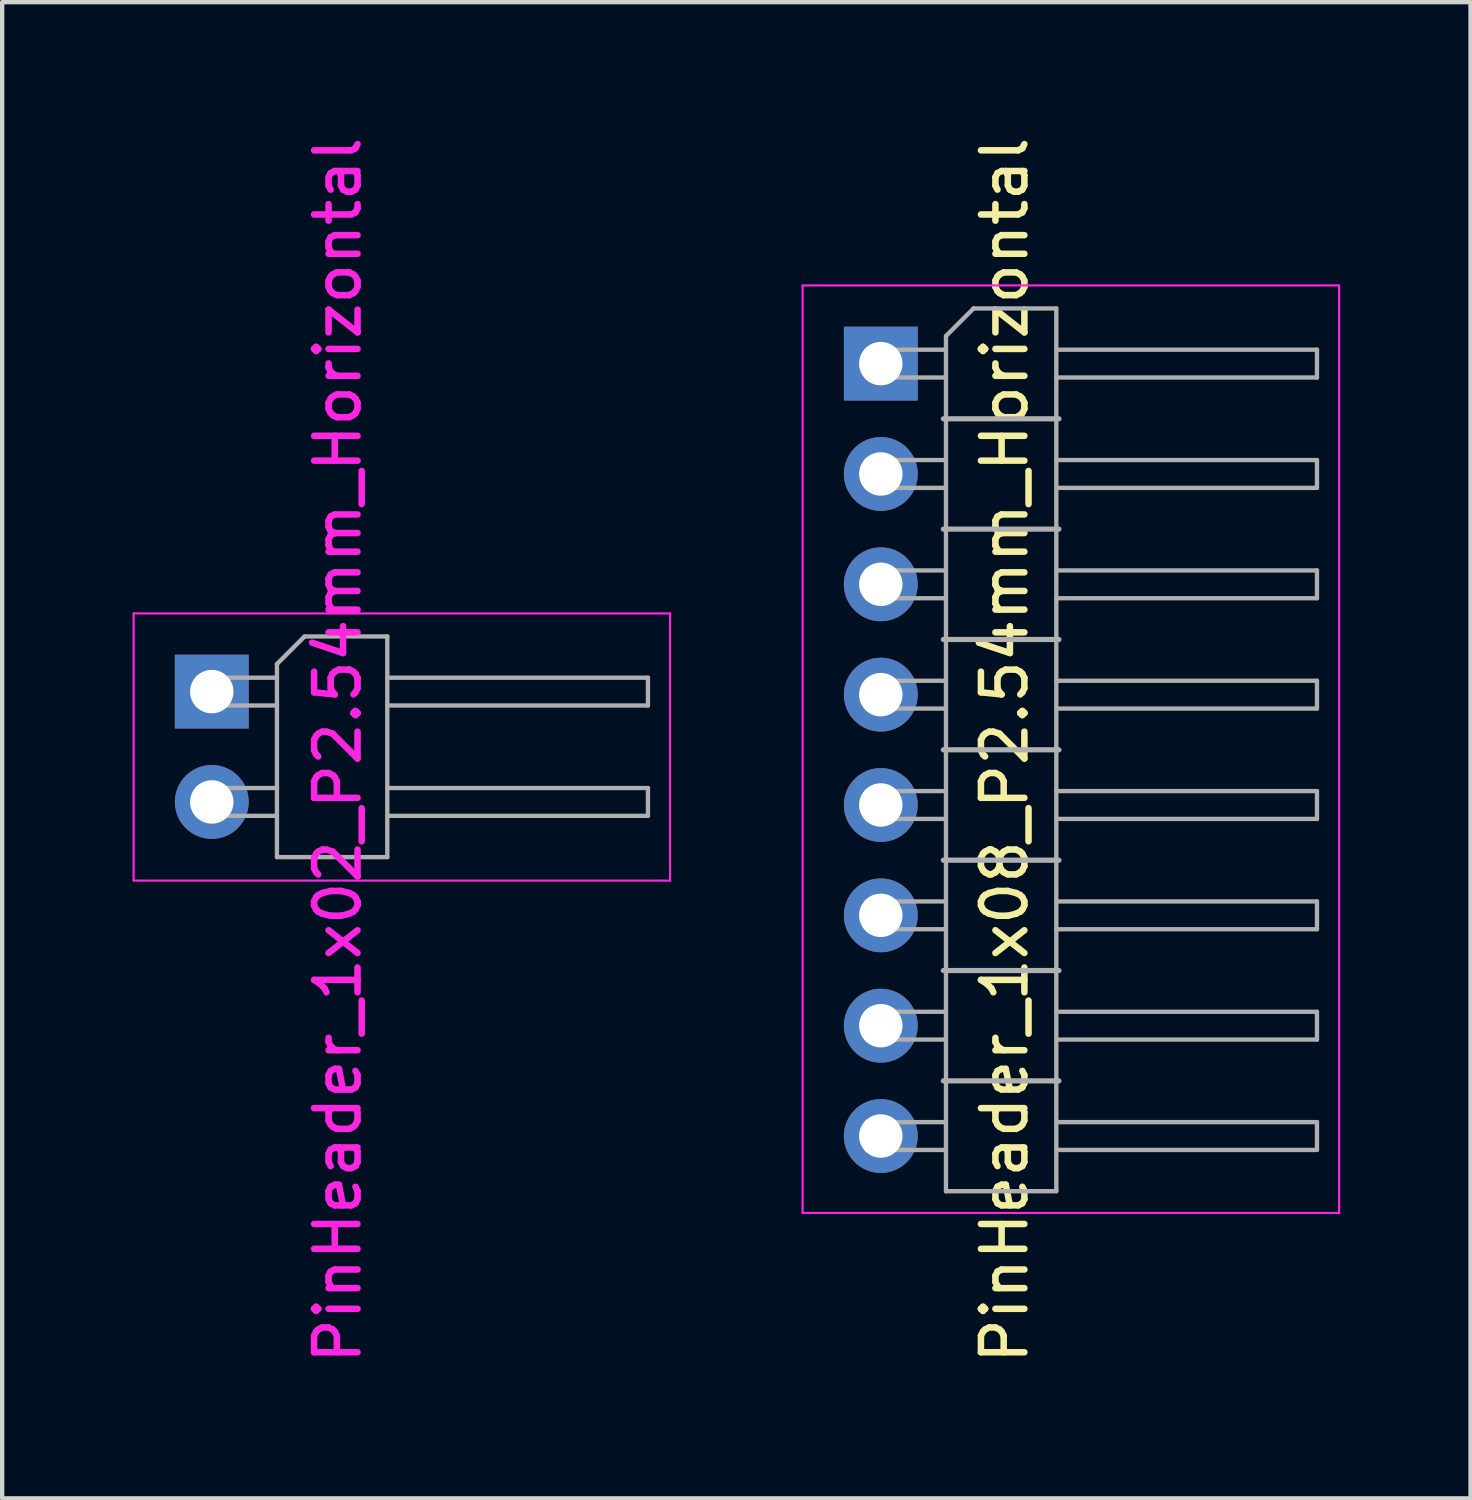
<source format=kicad_pcb>
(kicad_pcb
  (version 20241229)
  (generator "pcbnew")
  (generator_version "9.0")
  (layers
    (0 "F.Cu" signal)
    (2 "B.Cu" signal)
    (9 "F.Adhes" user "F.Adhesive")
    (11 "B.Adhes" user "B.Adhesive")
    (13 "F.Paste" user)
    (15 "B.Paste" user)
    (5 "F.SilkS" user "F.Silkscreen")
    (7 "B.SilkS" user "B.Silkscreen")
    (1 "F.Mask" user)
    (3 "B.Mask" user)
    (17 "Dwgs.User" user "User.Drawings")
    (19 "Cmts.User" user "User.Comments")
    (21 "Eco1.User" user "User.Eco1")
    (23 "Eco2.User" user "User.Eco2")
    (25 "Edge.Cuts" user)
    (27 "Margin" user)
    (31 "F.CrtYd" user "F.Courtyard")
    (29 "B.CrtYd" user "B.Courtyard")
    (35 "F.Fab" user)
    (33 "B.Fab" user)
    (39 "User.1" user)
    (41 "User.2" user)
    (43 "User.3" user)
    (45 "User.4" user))
  (footprint "PinHeader_1x02_P2.54mm_Horizontal"
    (layer "F.Cu")
    (at 1.825 12.87)
    (property "Reference" "PinHeader_1x02_P2.54mm_Horizontal" (at 2.9 1.35 90) (layer "F.CrtYd") (effects (font (size 1 1) (thickness 0.15))))
    (attr through_hole)
    (fp_line (start -1.8 -1.8) (end -1.8 4.35) (stroke (width 0.05) (type solid)) (layer "F.CrtYd"))
    (fp_line (start -1.8 4.35) (end 10.55 4.35) (stroke (width 0.05) (type solid)) (layer "F.CrtYd"))
    (fp_line (start 10.55 -1.8) (end -1.8 -1.8) (stroke (width 0.05) (type solid)) (layer "F.CrtYd"))
    (fp_line (start 10.55 4.35) (end 10.55 -1.8) (stroke (width 0.05) (type solid)) (layer "F.CrtYd"))
    (fp_line (start -0.32 -0.32) (end -0.32 0.32) (stroke (width 0.1) (type solid)) (layer "F.Fab"))
    (fp_line (start -0.32 -0.32) (end 1.5 -0.32) (stroke (width 0.1) (type solid)) (layer "F.Fab"))
    (fp_line (start -0.32 0.32) (end 1.5 0.32) (stroke (width 0.1) (type solid)) (layer "F.Fab"))
    (fp_line (start -0.32 2.22) (end -0.32 2.86) (stroke (width 0.1) (type solid)) (layer "F.Fab"))
    (fp_line (start -0.32 2.22) (end 1.5 2.22) (stroke (width 0.1) (type solid)) (layer "F.Fab"))
    (fp_line (start -0.32 2.86) (end 1.5 2.86) (stroke (width 0.1) (type solid)) (layer "F.Fab"))
    (fp_line (start 1.5 -0.635) (end 2.135 -1.27) (stroke (width 0.1) (type solid)) (layer "F.Fab"))
    (fp_line (start 1.5 3.81) (end 1.5 -0.635) (stroke (width 0.1) (type solid)) (layer "F.Fab"))
    (fp_line (start 2.135 -1.27) (end 4.04 -1.27) (stroke (width 0.1) (type solid)) (layer "F.Fab"))
    (fp_line (start 4.04 -1.27) (end 4.04 3.81) (stroke (width 0.1) (type solid)) (layer "F.Fab"))
    (fp_line (start 4.04 -0.32) (end 10.04 -0.32) (stroke (width 0.1) (type solid)) (layer "F.Fab"))
    (fp_line (start 4.04 0.32) (end 10.04 0.32) (stroke (width 0.1) (type solid)) (layer "F.Fab"))
    (fp_line (start 4.04 2.22) (end 10.04 2.22) (stroke (width 0.1) (type solid)) (layer "F.Fab"))
    (fp_line (start 4.04 2.86) (end 10.04 2.86) (stroke (width 0.1) (type solid)) (layer "F.Fab"))
    (fp_line (start 4.04 3.81) (end 1.5 3.81) (stroke (width 0.1) (type solid)) (layer "F.Fab"))
    (fp_line (start 10.04 -0.32) (end 10.04 0.32) (stroke (width 0.1) (type solid)) (layer "F.Fab"))
    (fp_line (start 10.04 2.22) (end 10.04 2.86) (stroke (width 0.1) (type solid)) (layer "F.Fab"))
    (pad "1" thru_hole rect (at 0 0) (size 1.7 1.7) (drill 1) (layers "*.Cu" "*.Mask"))
    (pad "2" thru_hole oval (at 0 2.54) (size 1.7 1.7) (drill 1) (layers "*.Cu" "*.Mask")))
  (footprint "PinHeader_1x08_P2.54mm_Horizontal"
    (layer "F.Cu")
    (at 17.225 5.32)
    (property "Reference" "PinHeader_1x08_P2.54mm_Horizontal" (at 2.85 8.9 90) (layer "F.SilkS") (effects (font (size 1 1) (thickness 0.15))))
    (attr through_hole)
    (fp_line (start -1.8 -1.8) (end -1.8 19.55) (stroke (width 0.05) (type solid)) (layer "F.CrtYd"))
    (fp_line (start -1.8 19.55) (end 10.55 19.55) (stroke (width 0.05) (type solid)) (layer "F.CrtYd"))
    (fp_line (start 10.55 -1.8) (end -1.8 -1.8) (stroke (width 0.05) (type solid)) (layer "F.CrtYd"))
    (fp_line (start 10.55 19.55) (end 10.55 -1.8) (stroke (width 0.05) (type solid)) (layer "F.CrtYd"))
    (fp_line (start -0.32 -0.32) (end -0.32 0.32) (stroke (width 0.1) (type solid)) (layer "F.Fab"))
    (fp_line (start -0.32 -0.32) (end 1.5 -0.32) (stroke (width 0.1) (type solid)) (layer "F.Fab"))
    (fp_line (start -0.32 0.32) (end 1.5 0.32) (stroke (width 0.1) (type solid)) (layer "F.Fab"))
    (fp_line (start -0.32 2.22) (end -0.32 2.86) (stroke (width 0.1) (type solid)) (layer "F.Fab"))
    (fp_line (start -0.32 2.22) (end 1.5 2.22) (stroke (width 0.1) (type solid)) (layer "F.Fab"))
    (fp_line (start -0.32 2.86) (end 1.5 2.86) (stroke (width 0.1) (type solid)) (layer "F.Fab"))
    (fp_line (start -0.32 4.76) (end -0.32 5.4) (stroke (width 0.1) (type solid)) (layer "F.Fab"))
    (fp_line (start -0.32 4.76) (end 1.5 4.76) (stroke (width 0.1) (type solid)) (layer "F.Fab"))
    (fp_line (start -0.32 5.4) (end 1.5 5.4) (stroke (width 0.1) (type solid)) (layer "F.Fab"))
    (fp_line (start -0.32 7.3) (end -0.32 7.94) (stroke (width 0.1) (type solid)) (layer "F.Fab"))
    (fp_line (start -0.32 7.3) (end 1.5 7.3) (stroke (width 0.1) (type solid)) (layer "F.Fab"))
    (fp_line (start -0.32 7.94) (end 1.5 7.94) (stroke (width 0.1) (type solid)) (layer "F.Fab"))
    (fp_line (start -0.32 9.84) (end -0.32 10.48) (stroke (width 0.1) (type solid)) (layer "F.Fab"))
    (fp_line (start -0.32 9.84) (end 1.5 9.84) (stroke (width 0.1) (type solid)) (layer "F.Fab"))
    (fp_line (start -0.32 10.48) (end 1.5 10.48) (stroke (width 0.1) (type solid)) (layer "F.Fab"))
    (fp_line (start -0.32 12.38) (end -0.32 13.02) (stroke (width 0.1) (type solid)) (layer "F.Fab"))
    (fp_line (start -0.32 12.38) (end 1.5 12.38) (stroke (width 0.1) (type solid)) (layer "F.Fab"))
    (fp_line (start -0.32 13.02) (end 1.5 13.02) (stroke (width 0.1) (type solid)) (layer "F.Fab"))
    (fp_line (start -0.32 14.92) (end -0.32 15.56) (stroke (width 0.1) (type solid)) (layer "F.Fab"))
    (fp_line (start -0.32 14.92) (end 1.5 14.92) (stroke (width 0.1) (type solid)) (layer "F.Fab"))
    (fp_line (start -0.32 15.56) (end 1.5 15.56) (stroke (width 0.1) (type solid)) (layer "F.Fab"))
    (fp_line (start -0.32 17.46) (end -0.32 18.1) (stroke (width 0.1) (type solid)) (layer "F.Fab"))
    (fp_line (start -0.32 17.46) (end 1.5 17.46) (stroke (width 0.1) (type solid)) (layer "F.Fab"))
    (fp_line (start -0.32 18.1) (end 1.5 18.1) (stroke (width 0.1) (type solid)) (layer "F.Fab"))
    (fp_line (start 1.44 1.27) (end 4.1 1.27) (stroke (width 0.12) (type solid)) (layer "F.Fab"))
    (fp_line (start 1.44 3.81) (end 4.1 3.81) (stroke (width 0.12) (type solid)) (layer "F.Fab"))
    (fp_line (start 1.44 6.35) (end 4.1 6.35) (stroke (width 0.12) (type solid)) (layer "F.Fab"))
    (fp_line (start 1.44 8.89) (end 4.1 8.89) (stroke (width 0.12) (type solid)) (layer "F.Fab"))
    (fp_line (start 1.44 11.43) (end 4.1 11.43) (stroke (width 0.12) (type solid)) (layer "F.Fab"))
    (fp_line (start 1.44 13.97) (end 4.1 13.97) (stroke (width 0.12) (type solid)) (layer "F.Fab"))
    (fp_line (start 1.44 16.51) (end 4.1 16.51) (stroke (width 0.12) (type solid)) (layer "F.Fab"))
    (fp_line (start 1.5 -0.635) (end 2.135 -1.27) (stroke (width 0.1) (type solid)) (layer "F.Fab"))
    (fp_line (start 1.5 19.05) (end 1.5 -0.635) (stroke (width 0.1) (type solid)) (layer "F.Fab"))
    (fp_line (start 2.135 -1.27) (end 4.04 -1.27) (stroke (width 0.1) (type solid)) (layer "F.Fab"))
    (fp_line (start 4.04 -1.27) (end 4.04 19.05) (stroke (width 0.1) (type solid)) (layer "F.Fab"))
    (fp_line (start 4.04 -0.32) (end 10.04 -0.32) (stroke (width 0.1) (type solid)) (layer "F.Fab"))
    (fp_line (start 4.04 0.32) (end 10.04 0.32) (stroke (width 0.1) (type solid)) (layer "F.Fab"))
    (fp_line (start 4.04 2.22) (end 10.04 2.22) (stroke (width 0.1) (type solid)) (layer "F.Fab"))
    (fp_line (start 4.04 2.86) (end 10.04 2.86) (stroke (width 0.1) (type solid)) (layer "F.Fab"))
    (fp_line (start 4.04 4.76) (end 10.04 4.76) (stroke (width 0.1) (type solid)) (layer "F.Fab"))
    (fp_line (start 4.04 5.4) (end 10.04 5.4) (stroke (width 0.1) (type solid)) (layer "F.Fab"))
    (fp_line (start 4.04 7.3) (end 10.04 7.3) (stroke (width 0.1) (type solid)) (layer "F.Fab"))
    (fp_line (start 4.04 7.94) (end 10.04 7.94) (stroke (width 0.1) (type solid)) (layer "F.Fab"))
    (fp_line (start 4.04 9.84) (end 10.04 9.84) (stroke (width 0.1) (type solid)) (layer "F.Fab"))
    (fp_line (start 4.04 10.48) (end 10.04 10.48) (stroke (width 0.1) (type solid)) (layer "F.Fab"))
    (fp_line (start 4.04 12.38) (end 10.04 12.38) (stroke (width 0.1) (type solid)) (layer "F.Fab"))
    (fp_line (start 4.04 13.02) (end 10.04 13.02) (stroke (width 0.1) (type solid)) (layer "F.Fab"))
    (fp_line (start 4.04 14.92) (end 10.04 14.92) (stroke (width 0.1) (type solid)) (layer "F.Fab"))
    (fp_line (start 4.04 15.56) (end 10.04 15.56) (stroke (width 0.1) (type solid)) (layer "F.Fab"))
    (fp_line (start 4.04 17.46) (end 10.04 17.46) (stroke (width 0.1) (type solid)) (layer "F.Fab"))
    (fp_line (start 4.04 18.1) (end 10.04 18.1) (stroke (width 0.1) (type solid)) (layer "F.Fab"))
    (fp_line (start 4.04 19.05) (end 1.5 19.05) (stroke (width 0.1) (type solid)) (layer "F.Fab"))
    (fp_line (start 10.04 -0.32) (end 10.04 0.32) (stroke (width 0.1) (type solid)) (layer "F.Fab"))
    (fp_line (start 10.04 2.22) (end 10.04 2.86) (stroke (width 0.1) (type solid)) (layer "F.Fab"))
    (fp_line (start 10.04 4.76) (end 10.04 5.4) (stroke (width 0.1) (type solid)) (layer "F.Fab"))
    (fp_line (start 10.04 7.3) (end 10.04 7.94) (stroke (width 0.1) (type solid)) (layer "F.Fab"))
    (fp_line (start 10.04 9.84) (end 10.04 10.48) (stroke (width 0.1) (type solid)) (layer "F.Fab"))
    (fp_line (start 10.04 12.38) (end 10.04 13.02) (stroke (width 0.1) (type solid)) (layer "F.Fab"))
    (fp_line (start 10.04 14.92) (end 10.04 15.56) (stroke (width 0.1) (type solid)) (layer "F.Fab"))
    (fp_line (start 10.04 17.46) (end 10.04 18.1) (stroke (width 0.1) (type solid)) (layer "F.Fab"))
    (pad "1" thru_hole rect (at 0 0) (size 1.7 1.7) (drill 1) (layers "*.Cu" "*.Mask"))
    (pad "2" thru_hole oval (at 0 2.54) (size 1.7 1.7) (drill 1) (layers "*.Cu" "*.Mask"))
    (pad "3" thru_hole oval (at 0 5.08) (size 1.7 1.7) (drill 1) (layers "*.Cu" "*.Mask"))
    (pad "4" thru_hole oval (at 0 7.62) (size 1.7 1.7) (drill 1) (layers "*.Cu" "*.Mask"))
    (pad "5" thru_hole oval (at 0 10.16) (size 1.7 1.7) (drill 1) (layers "*.Cu" "*.Mask"))
    (pad "6" thru_hole oval (at 0 12.7) (size 1.7 1.7) (drill 1) (layers "*.Cu" "*.Mask"))
    (pad "7" thru_hole oval (at 0 15.24) (size 1.7 1.7) (drill 1) (layers "*.Cu" "*.Mask"))
    (pad "8" thru_hole oval (at 0 17.78) (size 1.7 1.7) (drill 1) (layers "*.Cu" "*.Mask")))
  (gr_rect
    (start -3 -3)
    (end 30.8 31.44)
    (stroke (width 0.1) (type default))
    (fill no)
    (layer "Edge.Cuts")))
</source>
